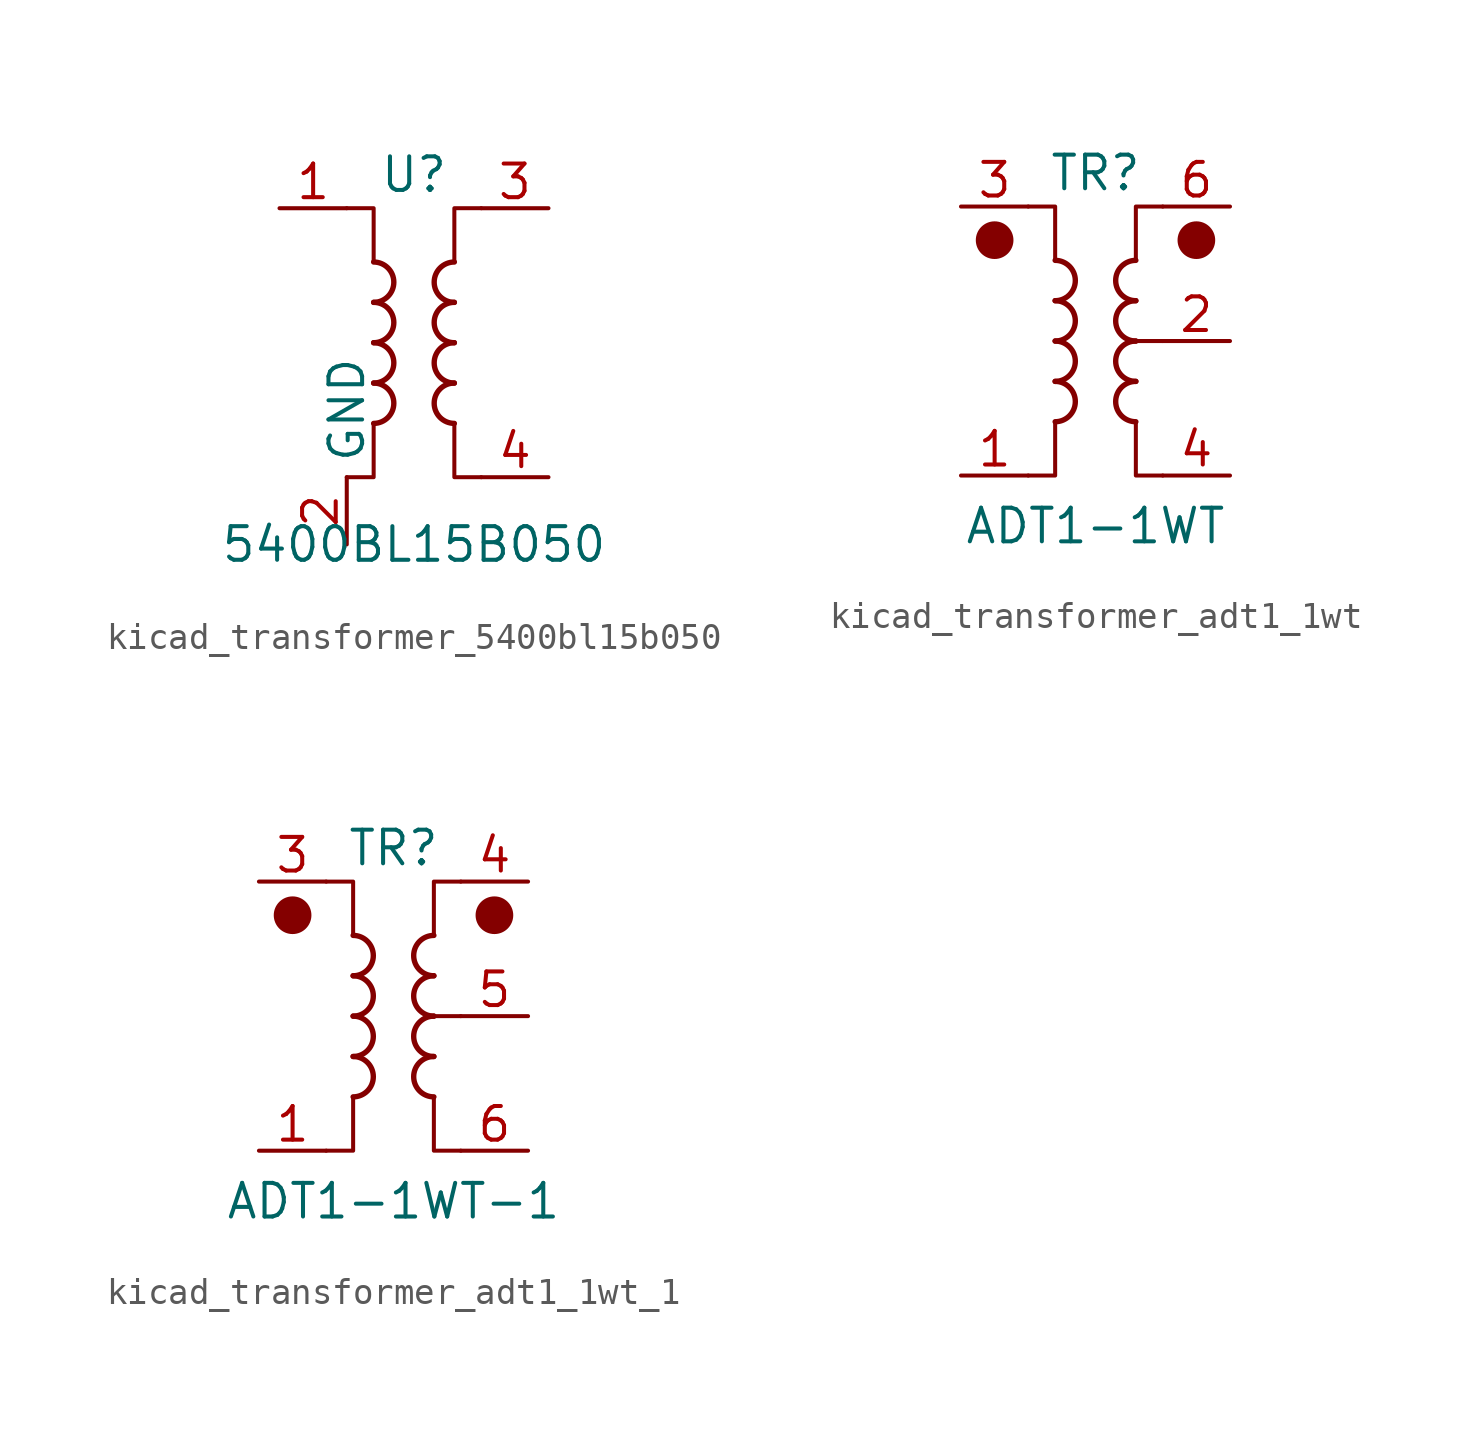
<source format=kicad_sym>
(kicad_symbol_lib
  (version 20220914)
  (generator kicad_symbol_editor)
  (symbol "kicad_transformer_5400bl15b050"
    (property "Reference" "U"
      (at 0 6.35 0)
      (effects (font (size 1.27 1.27))))
    (property "Value" "5400BL15B050"
      (at 0 -7.62 0)
      (effects (font (size 1.27 1.27))))
    (symbol "kicad_transformer_5400bl15b050_1_1"
      (arc (start -1.524 -3.048) (mid -0.7653 -2.286) (end -1.524 -1.524) (stroke (width 0.2032) (type default)) (fill (type none)))
      (arc (start -1.524 -1.524) (mid -0.7653 -0.762) (end -1.524 0) (stroke (width 0.2032) (type default)) (fill (type none)))
      (arc (start -1.524 0) (mid -0.7653 0.762) (end -1.524 1.524) (stroke (width 0.2032) (type default)) (fill (type none)))
      (arc (start -1.524 1.524) (mid -0.7653 2.286) (end -1.524 3.048) (stroke (width 0.2032) (type default)) (fill (type none)))
      (polyline (pts (xy -2.54 5.08) (xy -1.524 5.08) (xy -1.524 3.048)) (stroke (width 0.152) (type default)) (fill (type none)))
      (polyline (pts (xy -1.524 -3.048) (xy -1.524 -5.08) (xy -2.54 -5.08)) (stroke (width 0.152) (type default)) (fill (type none)))
      (polyline (pts (xy 1.524 3.048) (xy 1.524 5.08) (xy 2.54 5.08)) (stroke (width 0.152) (type default)) (fill (type none)))
      (polyline (pts (xy 2.54 -5.08) (xy 1.524 -5.08) (xy 1.524 -3.048)) (stroke (width 0.152) (type default)) (fill (type none)))
      (arc (start 1.524 -1.524) (mid 0.7653 -2.286) (end 1.524 -3.048) (stroke (width 0.2032) (type default)) (fill (type none)))
      (arc (start 1.524 0) (mid 0.7653 -0.762) (end 1.524 -1.524) (stroke (width 0.2032) (type default)) (fill (type none)))
      (arc (start 1.524 1.524) (mid 0.7653 0.762) (end 1.524 0) (stroke (width 0.2032) (type default)) (fill (type none)))
      (arc (start 1.524 3.048) (mid 0.7653 2.286) (end 1.524 1.524) (stroke (width 0.2032) (type default)) (fill (type none)))
      (pin passive line (at -5.08 5.08 0) (length 2.54) (name "~" (effects (font (size 1.27 1.27)))) (number "1" (effects (font (size 1.27 1.27)))))
      (pin power_in line (at -2.54 -7.62 90) (length 2.54) (name "GND" (effects (font (size 1.27 1.27)))) (number "2" (effects (font (size 1.27 1.27)))))
      (pin passive line (at 5.08 5.08 180) (length 2.54) (name "~" (effects (font (size 1.27 1.27)))) (number "3" (effects (font (size 1.27 1.27)))))
      (pin passive line (at 5.08 -5.08 180) (length 2.54) (name "~" (effects (font (size 1.27 1.27)))) (number "4" (effects (font (size 1.27 1.27)))))
      (pin passive line (at -2.54 -7.62 90) (length 2.54) hide (name "GND" (effects (font (size 1.27 1.27)))) (number "5" (effects (font (size 1.27 1.27)))))
      (pin no_connect line (at 2.54 0 180) (length 2.54) hide (name "NC" (effects (font (size 1.27 1.27)))) (number "6" (effects (font (size 1.27 1.27)))))))
  (symbol "kicad_transformer_adt1_1wt"
    (pin_names hide)
    (property "Reference" "TR"
      (at 0 6.35 0)
      (effects (font (size 1.27 1.27))))
    (property "Value" "ADT1-1WT"
      (at 0 -6.985 0)
      (effects (font (size 1.27 1.27))))
    (symbol "kicad_transformer_adt1_1wt_0_1"
      (circle (center -3.81 3.81) (radius 0.635) (stroke (width 0) (type default)) (fill (type outline)))
      (arc (start -1.524 -3.048) (mid -0.7653 -2.286) (end -1.524 -1.524) (stroke (width 0.2032) (type default)) (fill (type none)))
      (arc (start -1.524 -1.524) (mid -0.7653 -0.762) (end -1.524 0) (stroke (width 0.2032) (type default)) (fill (type none)))
      (arc (start -1.524 0) (mid -0.7653 0.762) (end -1.524 1.524) (stroke (width 0.2032) (type default)) (fill (type none)))
      (arc (start -1.524 1.524) (mid -0.7653 2.286) (end -1.524 3.048) (stroke (width 0.2032) (type default)) (fill (type none)))
      (polyline (pts (xy 2.54 0) (xy 1.27 0)) (stroke (width 0.152) (type default)) (fill (type none)))
      (polyline (pts (xy -2.54 5.08) (xy -1.524 5.08) (xy -1.524 3.048)) (stroke (width 0.152) (type default)) (fill (type none)))
      (polyline (pts (xy -1.524 -3.048) (xy -1.524 -5.08) (xy -2.54 -5.08)) (stroke (width 0.152) (type default)) (fill (type none)))
      (polyline (pts (xy 1.524 3.048) (xy 1.524 5.08) (xy 2.54 5.08)) (stroke (width 0.152) (type default)) (fill (type none)))
      (polyline (pts (xy 2.54 -5.08) (xy 1.524 -5.08) (xy 1.524 -3.048)) (stroke (width 0.152) (type default)) (fill (type none)))
      (arc (start 1.524 -1.524) (mid 0.7653 -2.286) (end 1.524 -3.048) (stroke (width 0.2032) (type default)) (fill (type none)))
      (arc (start 1.524 0) (mid 0.7653 -0.762) (end 1.524 -1.524) (stroke (width 0.2032) (type default)) (fill (type none)))
      (arc (start 1.524 1.524) (mid 0.7653 0.762) (end 1.524 0) (stroke (width 0.2032) (type default)) (fill (type none)))
      (arc (start 1.524 3.048) (mid 0.7653 2.286) (end 1.524 1.524) (stroke (width 0.2032) (type default)) (fill (type none)))
      (circle (center 3.81 3.81) (radius 0.635) (stroke (width 0) (type default)) (fill (type outline))))
    (symbol "kicad_transformer_adt1_1wt_1_1"
      (pin passive line (at -5.08 -5.08 0) (length 2.54) (name "~" (effects (font (size 1.27 1.27)))) (number "1" (effects (font (size 1.27 1.27)))))
      (pin passive line (at 5.08 0 180) (length 2.54) (name "~" (effects (font (size 1.27 1.27)))) (number "2" (effects (font (size 1.27 1.27)))))
      (pin passive line (at -5.08 5.08 0) (length 2.54) (name "~" (effects (font (size 1.27 1.27)))) (number "3" (effects (font (size 1.27 1.27)))))
      (pin passive line (at 5.08 -5.08 180) (length 2.54) (name "~" (effects (font (size 1.27 1.27)))) (number "4" (effects (font (size 1.27 1.27)))))
      (pin no_connect line (at -2.54 0 0) (length 2.54) hide (name "~" (effects (font (size 1.27 1.27)))) (number "5" (effects (font (size 1.27 1.27)))))
      (pin passive line (at 5.08 5.08 180) (length 2.54) (name "~" (effects (font (size 1.27 1.27)))) (number "6" (effects (font (size 1.27 1.27)))))))
  (symbol "kicad_transformer_adt1_1wt_1"
    (pin_names hide)
    (property "Reference" "TR"
      (at 0 6.35 0)
      (effects (font (size 1.27 1.27))))
    (property "Value" "ADT1-1WT-1"
      (at 0 -6.985 0)
      (effects (font (size 1.27 1.27))))
    (symbol "kicad_transformer_adt1_1wt_1_0_1"
      (circle (center -3.81 3.81) (radius 0.635) (stroke (width 0) (type default)) (fill (type outline)))
      (arc (start -1.524 -3.048) (mid -0.7653 -2.286) (end -1.524 -1.524) (stroke (width 0.2032) (type default)) (fill (type none)))
      (arc (start -1.524 -1.524) (mid -0.7653 -0.762) (end -1.524 0) (stroke (width 0.2032) (type default)) (fill (type none)))
      (arc (start -1.524 0) (mid -0.7653 0.762) (end -1.524 1.524) (stroke (width 0.2032) (type default)) (fill (type none)))
      (arc (start -1.524 1.524) (mid -0.7653 2.286) (end -1.524 3.048) (stroke (width 0.2032) (type default)) (fill (type none)))
      (polyline (pts (xy 2.54 0) (xy 1.27 0)) (stroke (width 0.152) (type default)) (fill (type none)))
      (polyline (pts (xy -2.54 5.08) (xy -1.524 5.08) (xy -1.524 3.048)) (stroke (width 0.152) (type default)) (fill (type none)))
      (polyline (pts (xy -1.524 -3.048) (xy -1.524 -5.08) (xy -2.54 -5.08)) (stroke (width 0.152) (type default)) (fill (type none)))
      (polyline (pts (xy 1.524 3.048) (xy 1.524 5.08) (xy 2.54 5.08)) (stroke (width 0.152) (type default)) (fill (type none)))
      (polyline (pts (xy 2.54 -5.08) (xy 1.524 -5.08) (xy 1.524 -3.048)) (stroke (width 0.152) (type default)) (fill (type none)))
      (arc (start 1.524 -1.524) (mid 0.7653 -2.286) (end 1.524 -3.048) (stroke (width 0.2032) (type default)) (fill (type none)))
      (arc (start 1.524 0) (mid 0.7653 -0.762) (end 1.524 -1.524) (stroke (width 0.2032) (type default)) (fill (type none)))
      (arc (start 1.524 1.524) (mid 0.7653 0.762) (end 1.524 0) (stroke (width 0.2032) (type default)) (fill (type none)))
      (arc (start 1.524 3.048) (mid 0.7653 2.286) (end 1.524 1.524) (stroke (width 0.2032) (type default)) (fill (type none)))
      (circle (center 3.81 3.81) (radius 0.635) (stroke (width 0) (type default)) (fill (type outline))))
    (symbol "kicad_transformer_adt1_1wt_1_1_1"
      (pin passive line (at -5.08 -5.08 0) (length 2.54) (name "~" (effects (font (size 1.27 1.27)))) (number "1" (effects (font (size 1.27 1.27)))))
      (pin no_connect line (at -2.54 0 0) (length 2.54) hide (name "~" (effects (font (size 1.27 1.27)))) (number "2" (effects (font (size 1.27 1.27)))))
      (pin passive line (at -5.08 5.08 0) (length 2.54) (name "~" (effects (font (size 1.27 1.27)))) (number "3" (effects (font (size 1.27 1.27)))))
      (pin passive line (at 5.08 5.08 180) (length 2.54) (name "~" (effects (font (size 1.27 1.27)))) (number "4" (effects (font (size 1.27 1.27)))))
      (pin passive line (at 5.08 0 180) (length 2.54) (name "~" (effects (font (size 1.27 1.27)))) (number "5" (effects (font (size 1.27 1.27)))))
      (pin passive line (at 5.08 -5.08 180) (length 2.54) (name "~" (effects (font (size 1.27 1.27)))) (number "6" (effects (font (size 1.27 1.27))))))))
</source>
